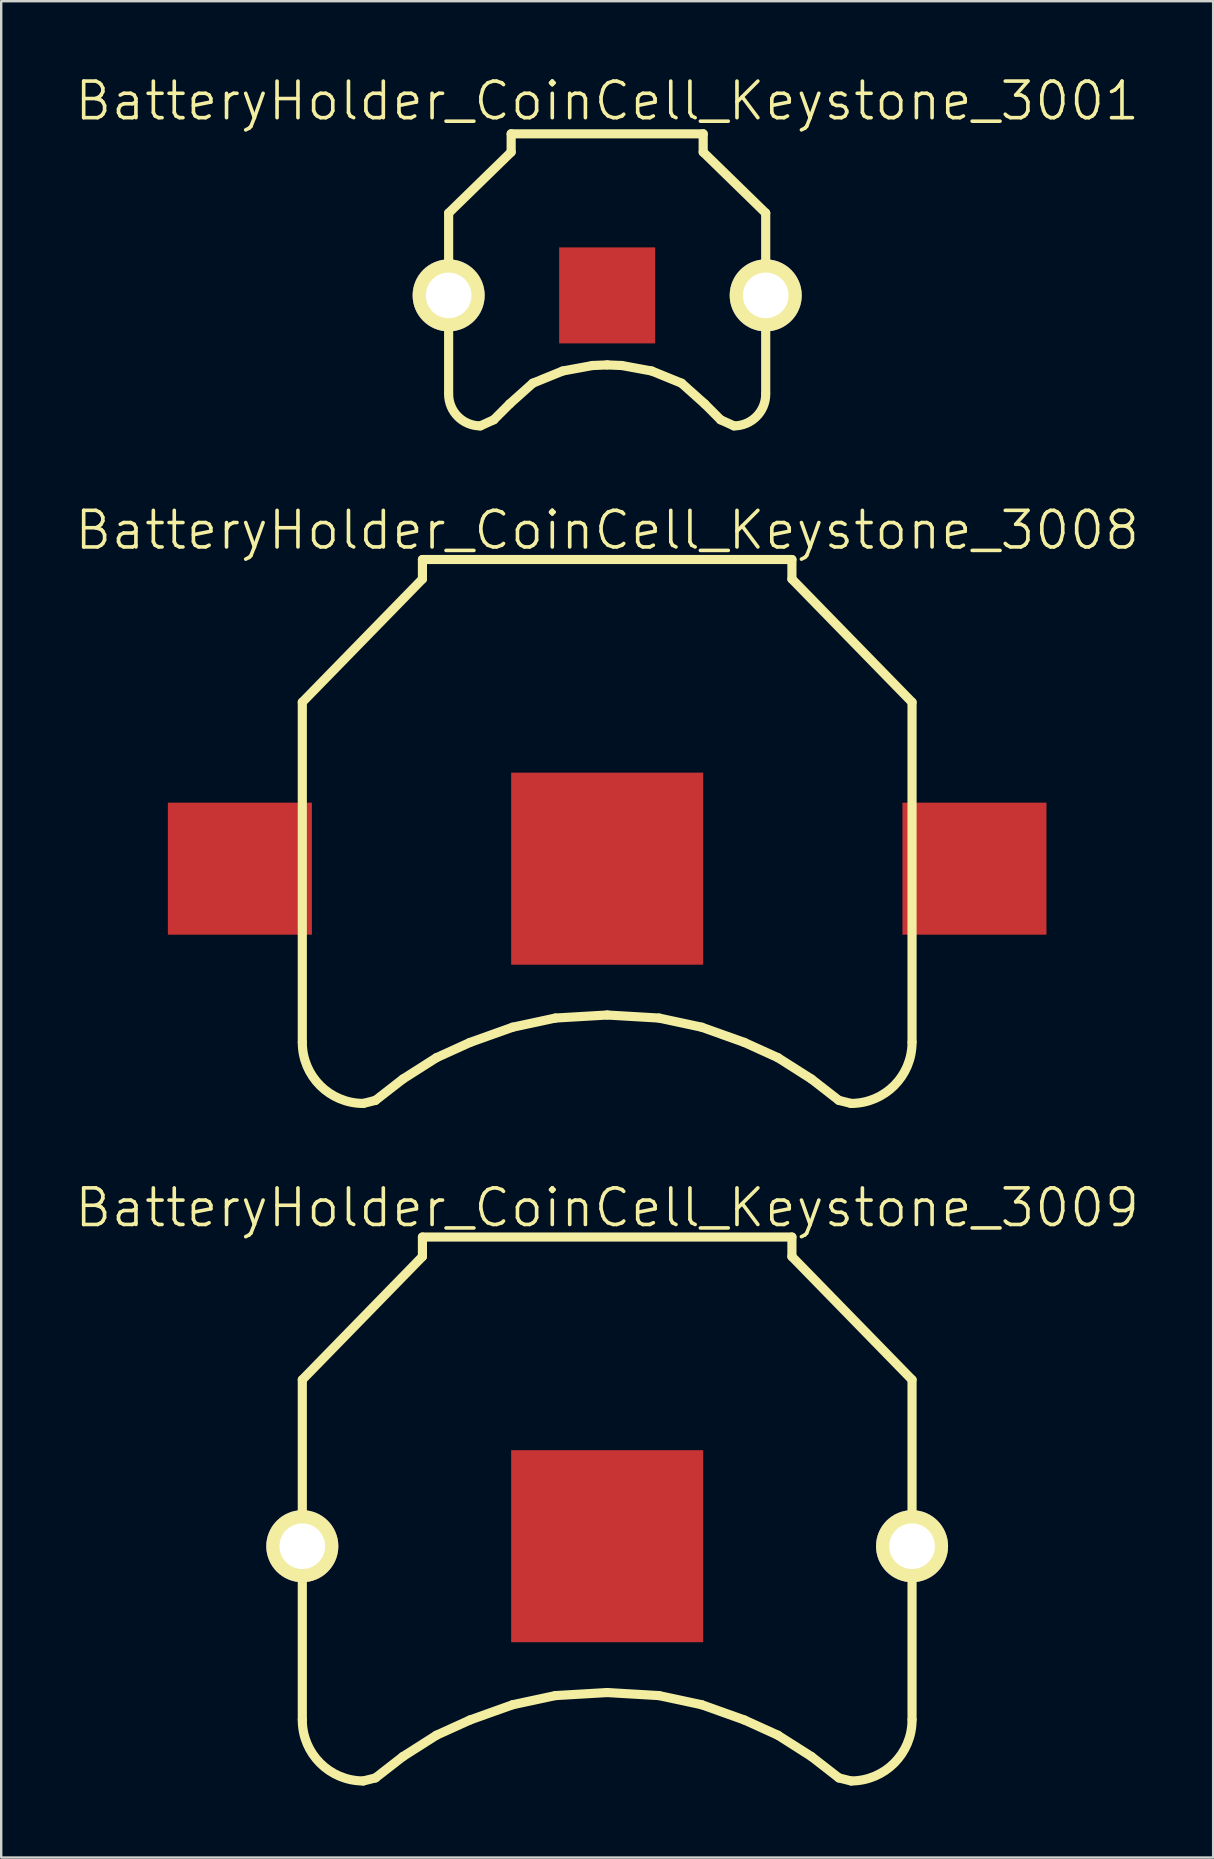
<source format=kicad_pcb>
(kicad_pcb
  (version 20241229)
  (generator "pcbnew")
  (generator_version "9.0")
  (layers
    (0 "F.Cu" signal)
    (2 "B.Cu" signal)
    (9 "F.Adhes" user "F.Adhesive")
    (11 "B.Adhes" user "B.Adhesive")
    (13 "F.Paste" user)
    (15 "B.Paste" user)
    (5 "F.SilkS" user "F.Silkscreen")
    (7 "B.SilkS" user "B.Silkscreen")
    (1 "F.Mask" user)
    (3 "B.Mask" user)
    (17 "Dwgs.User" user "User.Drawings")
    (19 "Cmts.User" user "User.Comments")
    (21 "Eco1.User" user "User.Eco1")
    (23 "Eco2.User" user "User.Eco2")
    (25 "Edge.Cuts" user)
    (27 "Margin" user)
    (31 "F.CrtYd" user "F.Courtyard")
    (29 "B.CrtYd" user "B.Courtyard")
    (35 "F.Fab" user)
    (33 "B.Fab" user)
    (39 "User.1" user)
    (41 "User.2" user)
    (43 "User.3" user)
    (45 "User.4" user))
  (footprint "BatteryHolder_CoinCell_Keystone_3008"
    (layer "F.Cu")
    (at 22.243 33.136)
    (property "Reference" "BatteryHolder_CoinCell_Keystone_3008" (at 0 -14.1 0) (layer "F.SilkS") (effects (font (size 1.524 1.524) (thickness 0.15))))
    (attr through_hole)
    (fp_line (start -12.7 -6.934) (end -12.7 7.214) (stroke (width 0.381) (type solid)) (layer "F.SilkS"))
    (fp_line (start -10.16 9.779) (end -9.652 9.652) (stroke (width 0.381) (type solid)) (layer "F.SilkS"))
    (fp_line (start -9.652 9.652) (end -8.509 8.763) (stroke (width 0.381) (type solid)) (layer "F.SilkS"))
    (fp_line (start -8.509 8.763) (end -7.112 7.874) (stroke (width 0.381) (type solid)) (layer "F.SilkS"))
    (fp_line (start -7.696 -12.878) (end -7.696 -12.065) (stroke (width 0.381) (type solid)) (layer "F.SilkS"))
    (fp_line (start -7.696 -12.878) (end 7.696 -12.878) (stroke (width 0.381) (type solid)) (layer "F.SilkS"))
    (fp_line (start -7.696 -12.065) (end -12.7 -6.934) (stroke (width 0.381) (type solid)) (layer "F.SilkS"))
    (fp_line (start -7.112 7.874) (end -5.715 7.239) (stroke (width 0.381) (type solid)) (layer "F.SilkS"))
    (fp_line (start -5.715 7.239) (end -3.937 6.604) (stroke (width 0.381) (type solid)) (layer "F.SilkS"))
    (fp_line (start -3.937 6.604) (end -2.159 6.223) (stroke (width 0.381) (type solid)) (layer "F.SilkS"))
    (fp_line (start -2.159 6.223) (end 0 6.096) (stroke (width 0.381) (type solid)) (layer "F.SilkS"))
    (fp_line (start 0 6.096) (end 2.159 6.223) (stroke (width 0.381) (type solid)) (layer "F.SilkS"))
    (fp_line (start 2.159 6.223) (end 3.937 6.604) (stroke (width 0.381) (type solid)) (layer "F.SilkS"))
    (fp_line (start 3.937 6.604) (end 5.715 7.239) (stroke (width 0.381) (type solid)) (layer "F.SilkS"))
    (fp_line (start 5.715 7.239) (end 7.112 7.874) (stroke (width 0.381) (type solid)) (layer "F.SilkS"))
    (fp_line (start 7.112 7.874) (end 8.509 8.763) (stroke (width 0.381) (type solid)) (layer "F.SilkS"))
    (fp_line (start 7.696 -12.878) (end 7.696 -12.065) (stroke (width 0.381) (type solid)) (layer "F.SilkS"))
    (fp_line (start 7.696 -12.065) (end 12.7 -6.934) (stroke (width 0.381) (type solid)) (layer "F.SilkS"))
    (fp_line (start 8.509 8.763) (end 9.652 9.652) (stroke (width 0.381) (type solid)) (layer "F.SilkS"))
    (fp_line (start 9.652 9.652) (end 10.16 9.779) (stroke (width 0.381) (type solid)) (layer "F.SilkS"))
    (fp_line (start 12.7 -6.934) (end 12.7 7.214) (stroke (width 0.381) (type solid)) (layer "F.SilkS"))
    (fp_arc (start -10.16 9.779) (mid -11.956051 9.035051) (end -12.7 7.239) (stroke (width 0.381) (type solid)) (layer "F.SilkS"))
    (fp_arc (start 12.7 7.239) (mid 11.956051 9.035051) (end 10.16 9.779) (stroke (width 0.381) (type solid)) (layer "F.SilkS"))
    (pad "1" smd rect (at -15.3 0) (size 6 5.5) (layers "F.Cu" "F.Mask" "F.Paste"))
    (pad "1" smd rect (at 15.3 0) (size 6 5.5) (layers "F.Cu" "F.Mask" "F.Paste"))
    (pad "2" smd rect (at 0 0) (size 8 8) (layers "F.Cu" "F.Mask" "F.Paste")))
  (footprint "BatteryHolder_CoinCell_Keystone_3001"
    (layer "F.Cu")
    (at 22.243 9.255)
    (property "Reference" "BatteryHolder_CoinCell_Keystone_3001" (at 0 -8.1 0) (layer "F.SilkS") (effects (font (size 1.524 1.524) (thickness 0.15))))
    (attr through_hole)
    (fp_line (start -6.604 -3.429) (end -6.604 4.064) (stroke (width 0.381) (type solid)) (layer "F.SilkS"))
    (fp_line (start -5.283 5.436) (end -4.724 5.182) (stroke (width 0.381) (type solid)) (layer "F.SilkS"))
    (fp_line (start -4.064 4.521) (end -4.724 5.182) (stroke (width 0.381) (type solid)) (layer "F.SilkS"))
    (fp_line (start -4 -6.731) (end -4 -5.969) (stroke (width 0.381) (type solid)) (layer "F.SilkS"))
    (fp_line (start -4 -6.731) (end 4 -6.731) (stroke (width 0.381) (type solid)) (layer "F.SilkS"))
    (fp_line (start -4 -5.969) (end -6.604 -3.429) (stroke (width 0.381) (type solid)) (layer "F.SilkS"))
    (fp_line (start -3.099 3.658) (end -4.064 4.521) (stroke (width 0.381) (type solid)) (layer "F.SilkS"))
    (fp_line (start -3.099 3.658) (end -1.854 3.15) (stroke (width 0.381) (type solid)) (layer "F.SilkS"))
    (fp_line (start -1.854 3.15) (end -0.61 2.921) (stroke (width 0.381) (type solid)) (layer "F.SilkS"))
    (fp_line (start -0.61 2.921) (end 0 2.896) (stroke (width 0.381) (type solid)) (layer "F.SilkS"))
    (fp_line (start 0 2.896) (end 0.61 2.921) (stroke (width 0.381) (type solid)) (layer "F.SilkS"))
    (fp_line (start 0.61 2.921) (end 1.854 3.15) (stroke (width 0.381) (type solid)) (layer "F.SilkS"))
    (fp_line (start 1.854 3.15) (end 3.099 3.658) (stroke (width 0.381) (type solid)) (layer "F.SilkS"))
    (fp_line (start 3.099 3.658) (end 4.064 4.521) (stroke (width 0.381) (type solid)) (layer "F.SilkS"))
    (fp_line (start 3.999 -6.731) (end 3.999 -5.969) (stroke (width 0.381) (type solid)) (layer "F.SilkS"))
    (fp_line (start 4 -5.969) (end 6.604 -3.429) (stroke (width 0.381) (type solid)) (layer "F.SilkS"))
    (fp_line (start 4.064 4.521) (end 4.724 5.182) (stroke (width 0.381) (type solid)) (layer "F.SilkS"))
    (fp_line (start 4.724 5.182) (end 5.283 5.436) (stroke (width 0.381) (type solid)) (layer "F.SilkS"))
    (fp_line (start 6.604 -3.429) (end 6.604 4.064) (stroke (width 0.381) (type solid)) (layer "F.SilkS"))
    (fp_arc (start -5.2832 5.4356) (mid -6.217147 5.048747) (end -6.604 4.1148) (stroke (width 0.381) (type solid)) (layer "F.SilkS"))
    (fp_arc (start 6.604 4.1148) (mid 6.217147 5.048747) (end 5.2832 5.4356) (stroke (width 0.381) (type solid)) (layer "F.SilkS"))
    (pad "1" thru_hole circle (at -6.604 0) (size 3 3) (drill 1.9) (layers "*.Cu" "*.Mask" "F.SilkS"))
    (pad "1" thru_hole circle (at 6.604 0) (size 3 3) (drill 1.9) (layers "*.Cu" "*.Mask" "F.SilkS"))
    (pad "2" smd rect (at 0 0) (size 4 4) (layers "F.Cu" "F.Mask" "F.Paste")))
  (footprint "BatteryHolder_CoinCell_Keystone_3009"
    (layer "F.Cu")
    (at 22.243 61.36)
    (property "Reference" "BatteryHolder_CoinCell_Keystone_3009" (at 0 -14.1 0) (layer "F.SilkS") (effects (font (size 1.524 1.524) (thickness 0.15))))
    (attr through_hole)
    (fp_line (start -12.7 -6.934) (end -12.7 7.214) (stroke (width 0.381) (type solid)) (layer "F.SilkS"))
    (fp_line (start -10.16 9.779) (end -9.652 9.652) (stroke (width 0.381) (type solid)) (layer "F.SilkS"))
    (fp_line (start -9.652 9.652) (end -8.509 8.763) (stroke (width 0.381) (type solid)) (layer "F.SilkS"))
    (fp_line (start -8.509 8.763) (end -7.112 7.874) (stroke (width 0.381) (type solid)) (layer "F.SilkS"))
    (fp_line (start -7.696 -12.878) (end -7.696 -12.065) (stroke (width 0.381) (type solid)) (layer "F.SilkS"))
    (fp_line (start -7.696 -12.878) (end 7.696 -12.878) (stroke (width 0.381) (type solid)) (layer "F.SilkS"))
    (fp_line (start -7.696 -12.065) (end -12.7 -6.934) (stroke (width 0.381) (type solid)) (layer "F.SilkS"))
    (fp_line (start -7.112 7.874) (end -5.715 7.239) (stroke (width 0.381) (type solid)) (layer "F.SilkS"))
    (fp_line (start -5.715 7.239) (end -3.937 6.604) (stroke (width 0.381) (type solid)) (layer "F.SilkS"))
    (fp_line (start -3.937 6.604) (end -2.159 6.223) (stroke (width 0.381) (type solid)) (layer "F.SilkS"))
    (fp_line (start -2.159 6.223) (end 0 6.096) (stroke (width 0.381) (type solid)) (layer "F.SilkS"))
    (fp_line (start 0 6.096) (end 2.159 6.223) (stroke (width 0.381) (type solid)) (layer "F.SilkS"))
    (fp_line (start 2.159 6.223) (end 3.937 6.604) (stroke (width 0.381) (type solid)) (layer "F.SilkS"))
    (fp_line (start 3.937 6.604) (end 5.715 7.239) (stroke (width 0.381) (type solid)) (layer "F.SilkS"))
    (fp_line (start 5.715 7.239) (end 7.112 7.874) (stroke (width 0.381) (type solid)) (layer "F.SilkS"))
    (fp_line (start 7.112 7.874) (end 8.509 8.763) (stroke (width 0.381) (type solid)) (layer "F.SilkS"))
    (fp_line (start 7.696 -12.878) (end 7.696 -12.065) (stroke (width 0.381) (type solid)) (layer "F.SilkS"))
    (fp_line (start 7.696 -12.065) (end 12.7 -6.934) (stroke (width 0.381) (type solid)) (layer "F.SilkS"))
    (fp_line (start 8.509 8.763) (end 9.652 9.652) (stroke (width 0.381) (type solid)) (layer "F.SilkS"))
    (fp_line (start 9.652 9.652) (end 10.16 9.779) (stroke (width 0.381) (type solid)) (layer "F.SilkS"))
    (fp_line (start 12.7 -6.934) (end 12.7 7.214) (stroke (width 0.381) (type solid)) (layer "F.SilkS"))
    (fp_arc (start -10.16 9.779) (mid -11.956051 9.035051) (end -12.7 7.239) (stroke (width 0.381) (type solid)) (layer "F.SilkS"))
    (fp_arc (start 12.7 7.239) (mid 11.956051 9.035051) (end 10.16 9.779) (stroke (width 0.381) (type solid)) (layer "F.SilkS"))
    (pad "1" thru_hole circle (at -12.7 0) (size 3 3) (drill 1.9) (layers "*.Cu" "*.Mask" "F.SilkS"))
    (pad "1" thru_hole circle (at 12.7 0) (size 3 3) (drill 1.9) (layers "*.Cu" "*.Mask" "F.SilkS"))
    (pad "2" smd rect (at 0 0) (size 8 8) (layers "F.Cu" "F.Mask" "F.Paste")))
  (gr_rect
    (start -3 -3)
    (end 47.486 74.329)
    (stroke (width 0.1) (type default))
    (fill no)
    (layer "Edge.Cuts")))
</source>
